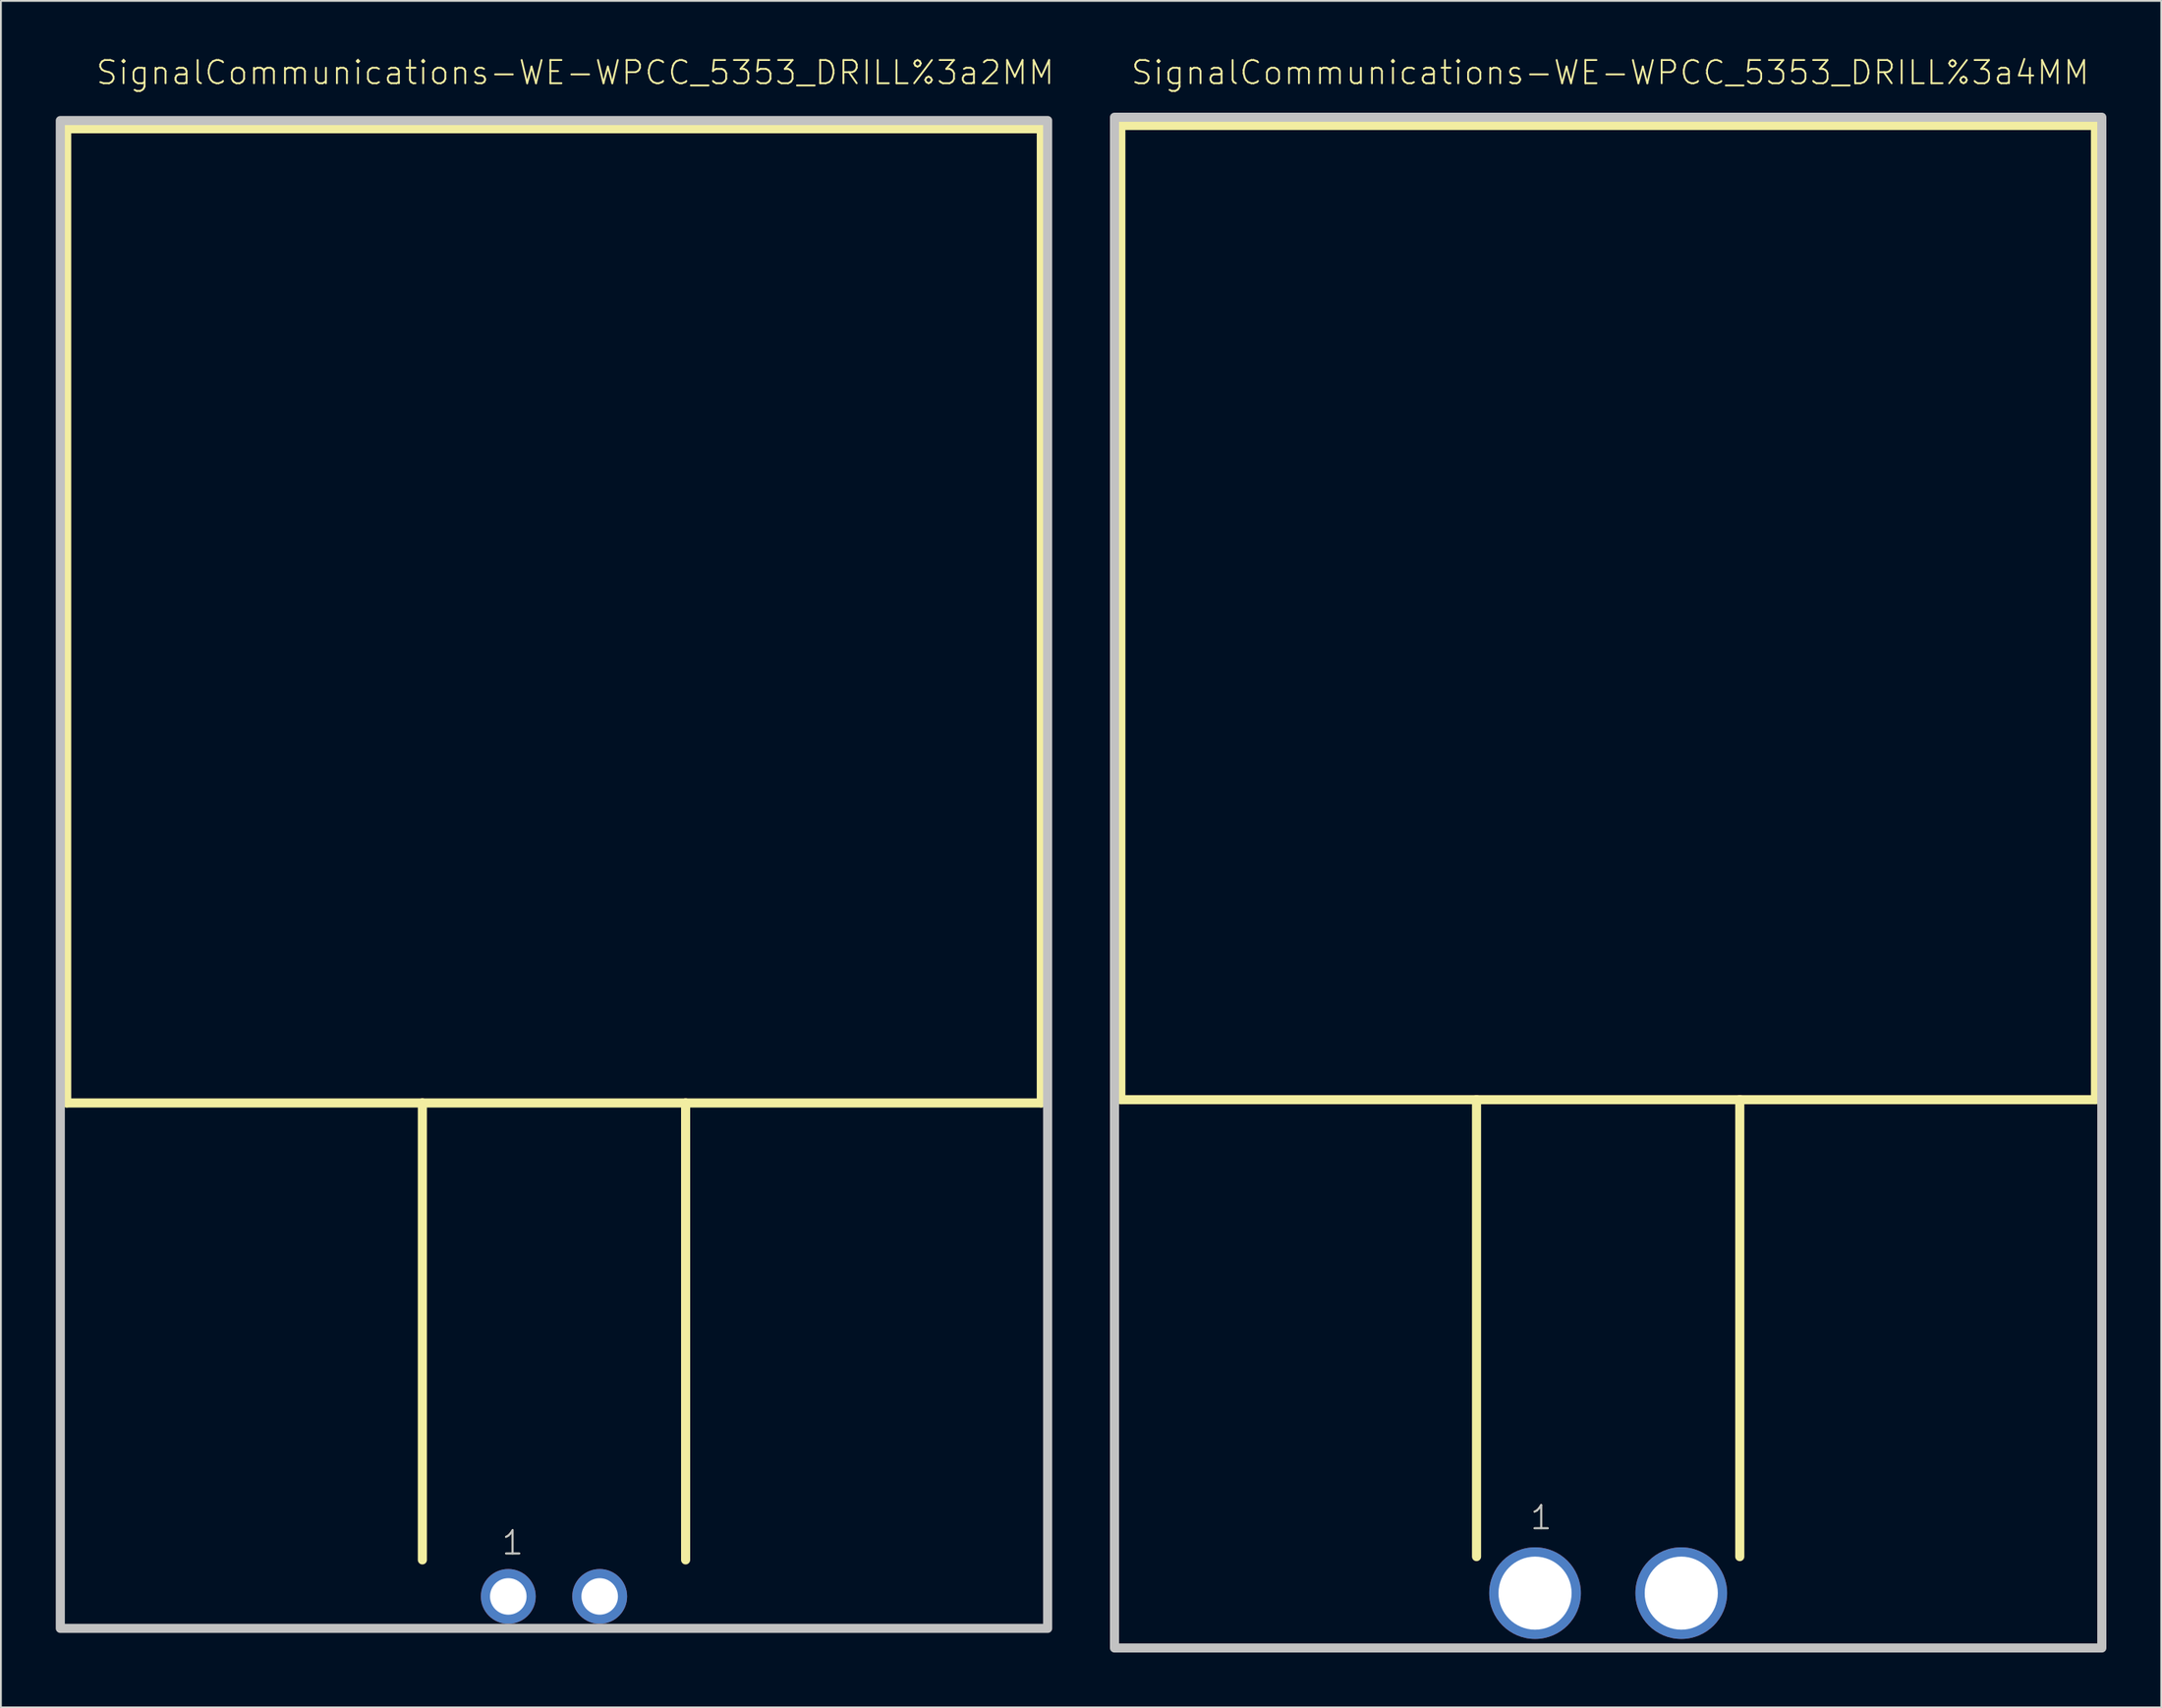
<source format=kicad_pcb>
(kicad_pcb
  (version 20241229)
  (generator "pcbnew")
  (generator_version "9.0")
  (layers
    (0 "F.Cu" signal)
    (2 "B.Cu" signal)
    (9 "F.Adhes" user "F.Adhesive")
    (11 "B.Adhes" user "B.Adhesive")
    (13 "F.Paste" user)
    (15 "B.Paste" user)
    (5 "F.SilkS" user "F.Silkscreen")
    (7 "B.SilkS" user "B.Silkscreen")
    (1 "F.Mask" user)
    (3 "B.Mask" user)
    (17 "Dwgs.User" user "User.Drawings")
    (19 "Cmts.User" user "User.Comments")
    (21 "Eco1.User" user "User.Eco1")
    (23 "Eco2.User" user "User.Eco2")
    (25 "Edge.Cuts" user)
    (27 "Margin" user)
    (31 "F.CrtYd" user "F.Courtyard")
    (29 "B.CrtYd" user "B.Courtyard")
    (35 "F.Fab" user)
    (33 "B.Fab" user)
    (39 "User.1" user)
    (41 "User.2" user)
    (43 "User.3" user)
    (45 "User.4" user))
  (footprint "SignalCommunications-WE-WPCC_5353_DRILL%3a2MM"
    (layer "F.Cu")
    (at 27.247 84.294)
    (property "Reference" "SignalCommunications-WE-WPCC_5353_DRILL%3a2MM" (at 1.163 -83.373 0) (layer "F.SilkS") (effects (font (size 1.27 1.27) (thickness 0.102))))
    (attr exclude_from_pos_files exclude_from_bom)
    (fp_line (start -26.65 -80.3) (end 26.65 -80.3) (stroke (width 0.498) (type solid)) (layer "F.SilkS"))
    (fp_line (start -26.65 -26.998) (end -26.65 -80.3) (stroke (width 0.498) (type solid)) (layer "F.SilkS"))
    (fp_line (start -7.198 -26.998) (end -26.65 -26.998) (stroke (width 0.498) (type solid)) (layer "F.SilkS"))
    (fp_line (start -7.198 -26.998) (end -7.198 -1.999) (stroke (width 0.498) (type solid)) (layer "F.SilkS"))
    (fp_line (start 7.198 -26.998) (end -7.198 -26.998) (stroke (width 0.498) (type solid)) (layer "F.SilkS"))
    (fp_line (start 7.198 -26.998) (end 7.198 -1.999) (stroke (width 0.498) (type solid)) (layer "F.SilkS"))
    (fp_line (start 26.65 -80.3) (end 26.65 -26.998) (stroke (width 0.498) (type solid)) (layer "F.SilkS"))
    (fp_line (start 26.65 -26.998) (end 7.198 -26.998) (stroke (width 0.498) (type solid)) (layer "F.SilkS"))
    (fp_poly (pts (xy -26.998 -80.749) (xy 26.998 -80.749) (xy 26.998 1.748) (xy -26.998 1.748) (xy -26.998 -80.749)) (stroke (width 0.498) (type solid)) (fill no) (layer "Dwgs.User"))
    (fp_text user "1" (at -2.263 -2.934 0) (layer "F.SilkS") (effects (font (size 1.27 1.27) (thickness 0.102))))
    (fp_text user "1" (at -2.263 -2.934 0) (layer "Dwgs.User") (effects (font (size 1.27 1.27) (thickness 0.102))))
    (pad "1" thru_hole circle (at -2.499 0) (size 3 3) (drill 1.999) (layers "*.Cu" "*.Paste" "*.Mask"))
    (pad "2" thru_hole circle (at 2.499 0) (size 3 3) (drill 1.999) (layers "*.Cu" "*.Paste" "*.Mask")))
  (footprint "SignalCommunications-WE-WPCC_5353_DRILL%3a4MM"
    (layer "F.Cu")
    (at 84.898 84.114)
    (property "Reference" "SignalCommunications-WE-WPCC_5353_DRILL%3a4MM" (at 0.114 -83.193 0) (layer "F.SilkS") (effects (font (size 1.27 1.27) (thickness 0.102))))
    (attr exclude_from_pos_files exclude_from_bom)
    (fp_line (start -26.65 -80.3) (end 26.65 -80.3) (stroke (width 0.498) (type solid)) (layer "F.SilkS"))
    (fp_line (start -26.65 -26.998) (end -26.65 -80.3) (stroke (width 0.498) (type solid)) (layer "F.SilkS"))
    (fp_line (start -7.198 -26.998) (end -26.65 -26.998) (stroke (width 0.498) (type solid)) (layer "F.SilkS"))
    (fp_line (start -7.198 -26.998) (end -7.198 -1.999) (stroke (width 0.498) (type solid)) (layer "F.SilkS"))
    (fp_line (start 7.198 -26.998) (end -7.198 -26.998) (stroke (width 0.498) (type solid)) (layer "F.SilkS"))
    (fp_line (start 7.198 -26.998) (end 7.198 -1.999) (stroke (width 0.498) (type solid)) (layer "F.SilkS"))
    (fp_line (start 26.65 -80.3) (end 26.65 -26.998) (stroke (width 0.498) (type solid)) (layer "F.SilkS"))
    (fp_line (start 26.65 -26.998) (end 7.198 -26.998) (stroke (width 0.498) (type solid)) (layer "F.SilkS"))
    (fp_poly (pts (xy -26.998 -80.749) (xy 26.998 -80.749) (xy 26.998 3) (xy -26.998 3) (xy -26.998 -80.749)) (stroke (width 0.498) (type solid)) (fill no) (layer "Dwgs.User"))
    (fp_text user "1" (at -3.663 -4.133 0) (layer "F.SilkS") (effects (font (size 1.27 1.27) (thickness 0.102))))
    (fp_text user "1" (at -3.663 -4.133 0) (layer "Dwgs.User") (effects (font (size 1.27 1.27) (thickness 0.102))))
    (pad "1" thru_hole circle (at -3.998 0) (size 5.014 5.014) (drill 3.998) (layers "*.Cu" "*.Paste" "*.Mask"))
    (pad "2" thru_hole circle (at 3.998 0) (size 5.014 5.014) (drill 3.998) (layers "*.Cu" "*.Paste" "*.Mask")))
  (gr_rect
    (start -3 -3)
    (end 115.145 90.363)
    (stroke (width 0.1) (type default))
    (fill no)
    (layer "Edge.Cuts")))
</source>
